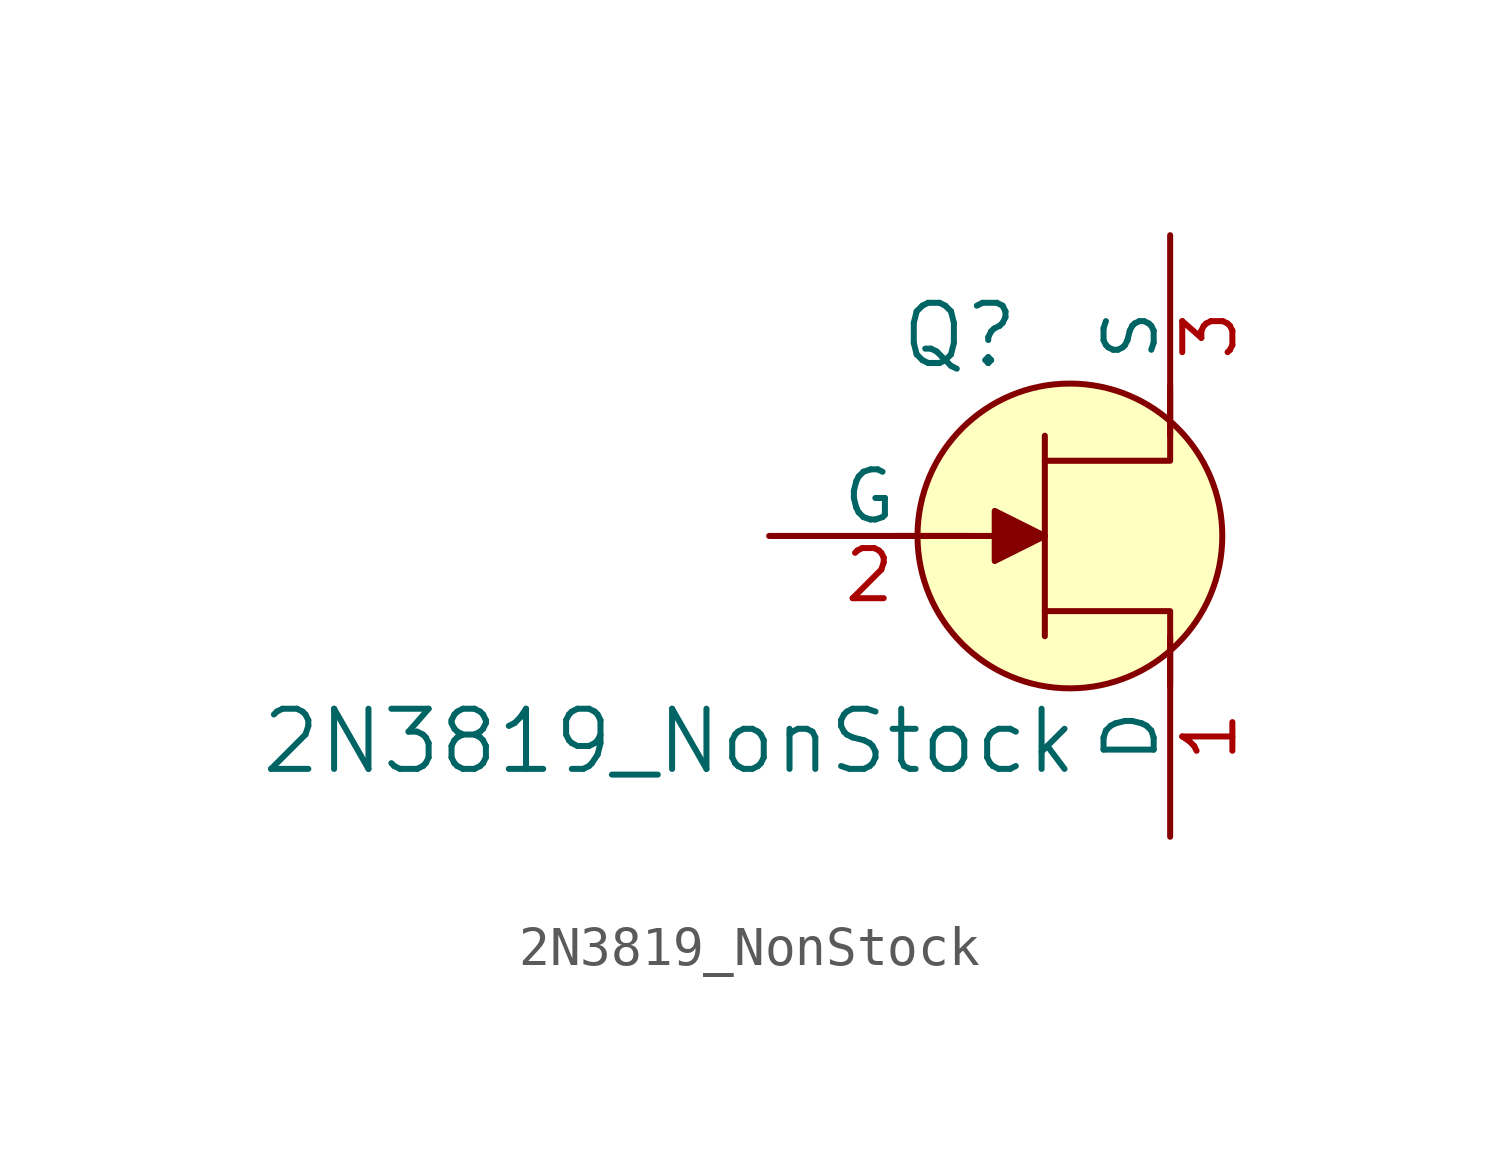
<source format=kicad_sym>
(kicad_symbol_lib
  (version 20211014)
  (generator kicad_symbol_editor)
  (symbol "2N3819_NonStock"
    (pin_names
      (offset 0))
    (property "Reference" "Q"
      (at -2.794 5.08 0)
      (effects (font (size 1.524 1.524))))
    (property "Value" "2N3819_NonStock"
      (at 0.254 -6.096 0)
      (effects (font (size 1.524 1.524)) (justify right bottom)))
    (symbol "2N3819_NonStock_0_1"
      (polyline (pts (xy -0.635 -2.54) (xy -0.635 2.54)) (stroke (width 0) (type default) (color 0 0 0 0)) (fill (type none)))
      (polyline (pts (xy -0.635 0) (xy -4.445 0)) (stroke (width 0) (type default) (color 0 0 0 0)) (fill (type none)))
      (polyline (pts (xy -0.635 -1.905) (xy 2.54 -1.905) (xy 2.54 -3.81)) (stroke (width 0) (type default) (color 0 0 0 0)) (fill (type none)))
      (polyline (pts (xy -0.635 1.905) (xy 2.54 1.905) (xy 2.54 3.81)) (stroke (width 0) (type default) (color 0 0 0 0)) (fill (type none))))
    (symbol "2N3819_NonStock_1_1"
      (polyline (pts (xy -1.905 0.635) (xy -1.905 -0.635) (xy -0.635 0) (xy -1.905 0.635)) (stroke (width 0) (type default) (color 0 0 0 0)) (fill (type outline)))
      (circle (center 0 0) (radius 3.861) (stroke (width 0) (type default) (color 0 0 0 0)) (fill (type background)))
      (pin bidirectional line (at 2.54 -7.62 90) (length 5.08) (name "D" (effects (font (size 1.27 1.27)))) (number "1" (effects (font (size 1.27 1.27)))))
      (pin input line (at -7.62 0 0) (length 5.08) (name "G" (effects (font (size 1.27 1.27)))) (number "2" (effects (font (size 1.27 1.27)))))
      (pin bidirectional line (at 2.54 7.62 270) (length 5.08) (name "S" (effects (font (size 1.27 1.27)))) (number "3" (effects (font (size 1.27 1.27))))))))
</source>
